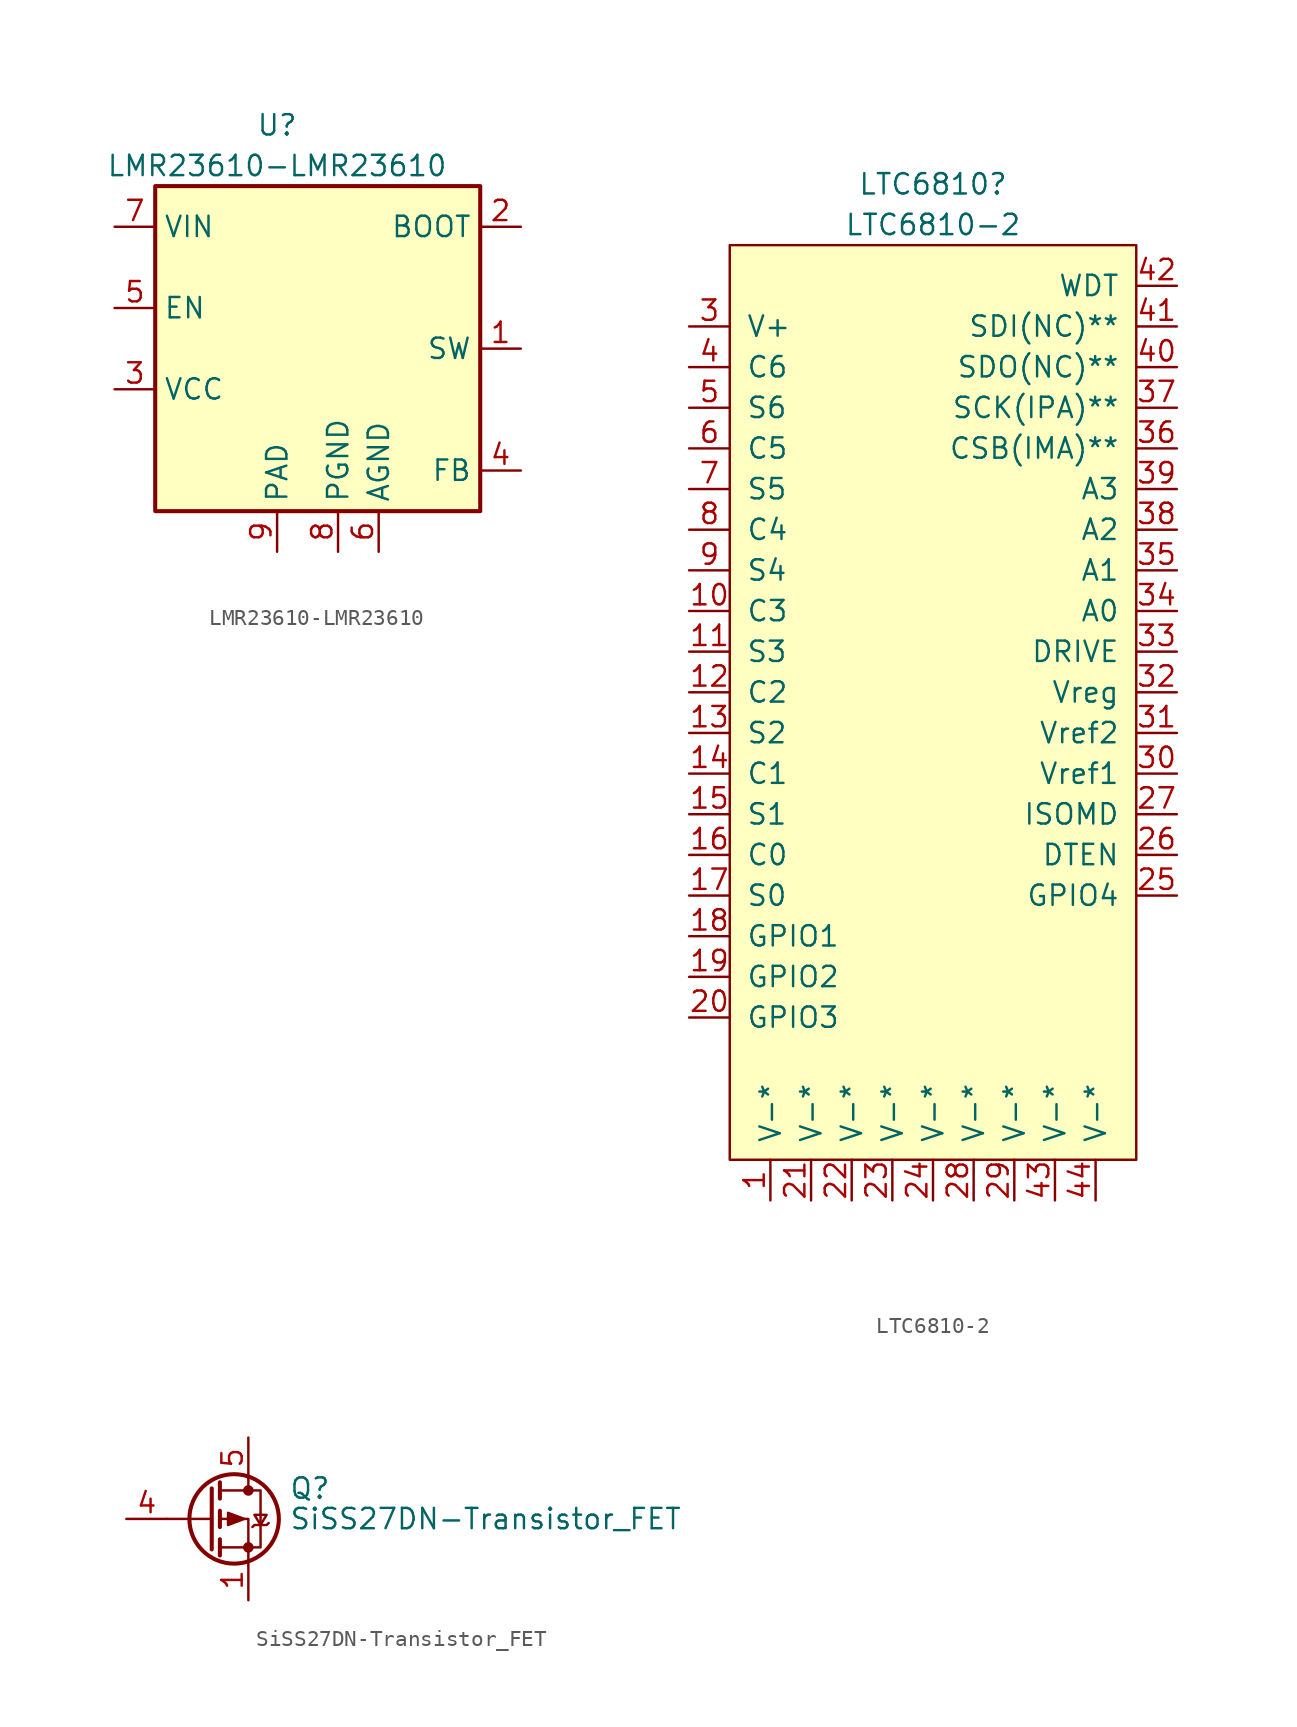
<source format=kicad_sym>
(kicad_symbol_lib
  (version 20231120)
  (generator "kicad_symbol_editor")
  (generator_version "8.0")
  (symbol "LMR23610-LMR23610"
    (property "Reference" "U"
      (at -2.54 11.43 0)
      (effects (font (size 1.27 1.27))))
    (property "Value" "LMR23610-LMR23610"
      (at -2.54 8.89 0)
      (effects (font (size 1.27 1.27))))
    (symbol "LMR23610-LMR23610_0_1"
      (rectangle (start -10.16 7.62) (end 10.16 -12.7) (stroke (width 0.254) (type solid)) (fill (type background))))
    (symbol "LMR23610-LMR23610_1_1"
      (pin output line (at 12.7 -2.54 180) (length 2.54) (name "SW" (effects (font (size 1.27 1.27)))) (number "1" (effects (font (size 1.27 1.27)))))
      (pin input line (at 12.7 5.08 180) (length 2.54) (name "BOOT" (effects (font (size 1.27 1.27)))) (number "2" (effects (font (size 1.27 1.27)))))
      (pin power_out line (at -12.7 -5.08 0) (length 2.54) (name "VCC" (effects (font (size 1.27 1.27)))) (number "3" (effects (font (size 1.27 1.27)))))
      (pin input line (at 12.7 -10.16 180) (length 2.54) (name "FB" (effects (font (size 1.27 1.27)))) (number "4" (effects (font (size 1.27 1.27)))))
      (pin input line (at -12.7 0 0) (length 2.54) (name "EN" (effects (font (size 1.27 1.27)))) (number "5" (effects (font (size 1.27 1.27)))))
      (pin power_in line (at 3.81 -15.24 90) (length 2.54) (name "AGND" (effects (font (size 1.27 1.27)))) (number "6" (effects (font (size 1.27 1.27)))))
      (pin power_in line (at -12.7 5.08 0) (length 2.54) (name "VIN" (effects (font (size 1.27 1.27)))) (number "7" (effects (font (size 1.27 1.27)))))
      (pin power_in line (at 1.27 -15.24 90) (length 2.54) (name "PGND" (effects (font (size 1.27 1.27)))) (number "8" (effects (font (size 1.27 1.27)))))
      (pin passive line (at -2.54 -15.24 90) (length 2.54) (name "PAD" (effects (font (size 1.27 1.27)))) (number "9" (effects (font (size 1.27 1.27)))))))
  (symbol "LTC6810-2"
    (pin_names
      (offset 1.016))
    (property "Reference" "LTC6810"
      (at -22.86 59.69 0)
      (effects (font (size 1.27 1.27))))
    (property "Value" "LTC6810-2"
      (at -22.86 57.15 0)
      (effects (font (size 1.27 1.27))))
    (symbol "LTC6810-2_0_1"
      (rectangle (start -35.56 55.88) (end -10.16 -1.27) (stroke (width 0) (type solid)) (fill (type background))))
    (symbol "LTC6810-2_1_1"
      (pin power_in line (at -33.02 -3.81 90) (length 2.54) (name "V-*" (effects (font (size 1.27 1.27)))) (number "1" (effects (font (size 1.27 1.27)))))
      (pin bidirectional line (at -38.1 33.02 0) (length 2.54) (name "C3" (effects (font (size 1.27 1.27)))) (number "10" (effects (font (size 1.27 1.27)))))
      (pin bidirectional line (at -38.1 30.48 0) (length 2.54) (name "S3" (effects (font (size 1.27 1.27)))) (number "11" (effects (font (size 1.27 1.27)))))
      (pin bidirectional line (at -38.1 27.94 0) (length 2.54) (name "C2" (effects (font (size 1.27 1.27)))) (number "12" (effects (font (size 1.27 1.27)))))
      (pin bidirectional line (at -38.1 25.4 0) (length 2.54) (name "S2" (effects (font (size 1.27 1.27)))) (number "13" (effects (font (size 1.27 1.27)))))
      (pin bidirectional line (at -38.1 22.86 0) (length 2.54) (name "C1" (effects (font (size 1.27 1.27)))) (number "14" (effects (font (size 1.27 1.27)))))
      (pin bidirectional line (at -38.1 20.32 0) (length 2.54) (name "S1" (effects (font (size 1.27 1.27)))) (number "15" (effects (font (size 1.27 1.27)))))
      (pin bidirectional line (at -38.1 17.78 0) (length 2.54) (name "C0" (effects (font (size 1.27 1.27)))) (number "16" (effects (font (size 1.27 1.27)))))
      (pin bidirectional line (at -38.1 15.24 0) (length 2.54) (name "S0" (effects (font (size 1.27 1.27)))) (number "17" (effects (font (size 1.27 1.27)))))
      (pin bidirectional line (at -38.1 12.7 0) (length 2.54) (name "GPIO1" (effects (font (size 1.27 1.27)))) (number "18" (effects (font (size 1.27 1.27)))))
      (pin bidirectional line (at -38.1 10.16 0) (length 2.54) (name "GPIO2" (effects (font (size 1.27 1.27)))) (number "19" (effects (font (size 1.27 1.27)))))
      (pin bidirectional line (at -38.1 53.34 0) (length 2.54) hide (name "NC" (effects (font (size 1.27 1.27)))) (number "2" (effects (font (size 1.27 1.27)))))
      (pin bidirectional line (at -38.1 7.62 0) (length 2.54) (name "GPIO3" (effects (font (size 1.27 1.27)))) (number "20" (effects (font (size 1.27 1.27)))))
      (pin power_in line (at -30.48 -3.81 90) (length 2.54) (name "V-*" (effects (font (size 1.27 1.27)))) (number "21" (effects (font (size 1.27 1.27)))))
      (pin power_in line (at -27.94 -3.81 90) (length 2.54) (name "V-*" (effects (font (size 1.27 1.27)))) (number "22" (effects (font (size 1.27 1.27)))))
      (pin power_in line (at -25.4 -3.81 90) (length 2.54) (name "V-*" (effects (font (size 1.27 1.27)))) (number "23" (effects (font (size 1.27 1.27)))))
      (pin power_in line (at -22.86 -3.81 90) (length 2.54) (name "V-*" (effects (font (size 1.27 1.27)))) (number "24" (effects (font (size 1.27 1.27)))))
      (pin bidirectional line (at -7.62 15.24 180) (length 2.54) (name "GPIO4" (effects (font (size 1.27 1.27)))) (number "25" (effects (font (size 1.27 1.27)))))
      (pin bidirectional line (at -7.62 17.78 180) (length 2.54) (name "DTEN" (effects (font (size 1.27 1.27)))) (number "26" (effects (font (size 1.27 1.27)))))
      (pin bidirectional line (at -7.62 20.32 180) (length 2.54) (name "ISOMD" (effects (font (size 1.27 1.27)))) (number "27" (effects (font (size 1.27 1.27)))))
      (pin power_in line (at -20.32 -3.81 90) (length 2.54) (name "V-*" (effects (font (size 1.27 1.27)))) (number "28" (effects (font (size 1.27 1.27)))))
      (pin power_in line (at -17.78 -3.81 90) (length 2.54) (name "V-*" (effects (font (size 1.27 1.27)))) (number "29" (effects (font (size 1.27 1.27)))))
      (pin power_in line (at -38.1 50.8 0) (length 2.54) (name "V+" (effects (font (size 1.27 1.27)))) (number "3" (effects (font (size 1.27 1.27)))))
      (pin bidirectional line (at -7.62 22.86 180) (length 2.54) (name "Vref1" (effects (font (size 1.27 1.27)))) (number "30" (effects (font (size 1.27 1.27)))))
      (pin bidirectional line (at -7.62 25.4 180) (length 2.54) (name "Vref2" (effects (font (size 1.27 1.27)))) (number "31" (effects (font (size 1.27 1.27)))))
      (pin bidirectional line (at -7.62 27.94 180) (length 2.54) (name "Vreg" (effects (font (size 1.27 1.27)))) (number "32" (effects (font (size 1.27 1.27)))))
      (pin bidirectional line (at -7.62 30.48 180) (length 2.54) (name "DRIVE" (effects (font (size 1.27 1.27)))) (number "33" (effects (font (size 1.27 1.27)))))
      (pin bidirectional line (at -7.62 33.02 180) (length 2.54) (name "A0" (effects (font (size 1.27 1.27)))) (number "34" (effects (font (size 1.27 1.27)))))
      (pin bidirectional line (at -7.62 35.56 180) (length 2.54) (name "A1" (effects (font (size 1.27 1.27)))) (number "35" (effects (font (size 1.27 1.27)))))
      (pin bidirectional line (at -7.62 43.18 180) (length 2.54) (name "CSB(IMA)**" (effects (font (size 1.27 1.27)))) (number "36" (effects (font (size 1.27 1.27)))))
      (pin bidirectional line (at -7.62 45.72 180) (length 2.54) (name "SCK(IPA)**" (effects (font (size 1.27 1.27)))) (number "37" (effects (font (size 1.27 1.27)))))
      (pin bidirectional line (at -7.62 38.1 180) (length 2.54) (name "A2" (effects (font (size 1.27 1.27)))) (number "38" (effects (font (size 1.27 1.27)))))
      (pin bidirectional line (at -7.62 40.64 180) (length 2.54) (name "A3" (effects (font (size 1.27 1.27)))) (number "39" (effects (font (size 1.27 1.27)))))
      (pin bidirectional line (at -38.1 48.26 0) (length 2.54) (name "C6" (effects (font (size 1.27 1.27)))) (number "4" (effects (font (size 1.27 1.27)))))
      (pin bidirectional line (at -7.62 48.26 180) (length 2.54) (name "SDO(NC)**" (effects (font (size 1.27 1.27)))) (number "40" (effects (font (size 1.27 1.27)))))
      (pin bidirectional line (at -7.62 50.8 180) (length 2.54) (name "SDI(NC)**" (effects (font (size 1.27 1.27)))) (number "41" (effects (font (size 1.27 1.27)))))
      (pin bidirectional line (at -7.62 53.34 180) (length 2.54) (name "WDT" (effects (font (size 1.27 1.27)))) (number "42" (effects (font (size 1.27 1.27)))))
      (pin power_in line (at -15.24 -3.81 90) (length 2.54) (name "V-*" (effects (font (size 1.27 1.27)))) (number "43" (effects (font (size 1.27 1.27)))))
      (pin power_in line (at -12.7 -3.81 90) (length 2.54) (name "V-*" (effects (font (size 1.27 1.27)))) (number "44" (effects (font (size 1.27 1.27)))))
      (pin bidirectional line (at -38.1 45.72 0) (length 2.54) (name "S6" (effects (font (size 1.27 1.27)))) (number "5" (effects (font (size 1.27 1.27)))))
      (pin bidirectional line (at -38.1 43.18 0) (length 2.54) (name "C5" (effects (font (size 1.27 1.27)))) (number "6" (effects (font (size 1.27 1.27)))))
      (pin bidirectional line (at -38.1 40.64 0) (length 2.54) (name "S5" (effects (font (size 1.27 1.27)))) (number "7" (effects (font (size 1.27 1.27)))))
      (pin bidirectional line (at -38.1 38.1 0) (length 2.54) (name "C4" (effects (font (size 1.27 1.27)))) (number "8" (effects (font (size 1.27 1.27)))))
      (pin bidirectional line (at -38.1 35.56 0) (length 2.54) (name "S4" (effects (font (size 1.27 1.27)))) (number "9" (effects (font (size 1.27 1.27)))))))
  (symbol "SiSS27DN-Transistor_FET"
    (pin_names hide)
    (property "Reference" "Q"
      (at 5.08 1.905 0)
      (effects (font (size 1.27 1.27)) (justify left)))
    (property "Value" "SiSS27DN-Transistor_FET"
      (at 5.08 0 0)
      (effects (font (size 1.27 1.27)) (justify left)))
    (symbol "SiSS27DN-Transistor_FET_0_1"
      (polyline (pts (xy 0.254 0) (xy -2.54 0)) (stroke (width 0) (type solid)) (fill (type none)))
      (polyline (pts (xy 0.254 1.905) (xy 0.254 -1.905)) (stroke (width 0.254) (type solid)) (fill (type none)))
      (polyline (pts (xy 0.762 -1.27) (xy 0.762 -2.286)) (stroke (width 0.254) (type solid)) (fill (type none)))
      (polyline (pts (xy 0.762 0.508) (xy 0.762 -0.508)) (stroke (width 0.254) (type solid)) (fill (type none)))
      (polyline (pts (xy 0.762 2.286) (xy 0.762 1.27)) (stroke (width 0.254) (type solid)) (fill (type none)))
      (polyline (pts (xy 2.54 2.54) (xy 2.54 1.778)) (stroke (width 0) (type solid)) (fill (type none)))
      (polyline (pts (xy 2.54 -2.54) (xy 2.54 0) (xy 0.762 0)) (stroke (width 0) (type solid)) (fill (type none)))
      (polyline (pts (xy 0.762 1.778) (xy 3.302 1.778) (xy 3.302 -1.778) (xy 0.762 -1.778)) (stroke (width 0) (type solid)) (fill (type none)))
      (polyline (pts (xy 2.286 0) (xy 1.27 0.381) (xy 1.27 -0.381) (xy 2.286 0)) (stroke (width 0) (type solid)) (fill (type outline)))
      (polyline (pts (xy 2.794 -0.508) (xy 2.921 -0.381) (xy 3.683 -0.381) (xy 3.81 -0.254)) (stroke (width 0) (type solid)) (fill (type none)))
      (polyline (pts (xy 3.302 -0.381) (xy 2.921 0.254) (xy 3.683 0.254) (xy 3.302 -0.381)) (stroke (width 0) (type solid)) (fill (type none)))
      (circle (center 1.651 0) (radius 2.794) (stroke (width 0.254) (type solid)) (fill (type none)))
      (circle (center 2.54 -1.778) (radius 0.254) (stroke (width 0) (type solid)) (fill (type outline)))
      (circle (center 2.54 1.778) (radius 0.254) (stroke (width 0) (type solid)) (fill (type outline))))
    (symbol "SiSS27DN-Transistor_FET_1_1"
      (pin passive line (at 2.54 -5.08 90) (length 2.54) (name "S" (effects (font (size 1.27 1.27)))) (number "1" (effects (font (size 1.27 1.27)))))
      (pin passive line (at 2.54 -5.08 90) (length 2.54) hide (name "S" (effects (font (size 1.27 1.27)))) (number "2" (effects (font (size 1.27 1.27)))))
      (pin passive line (at 2.54 -5.08 90) (length 2.54) hide (name "S" (effects (font (size 1.27 1.27)))) (number "3" (effects (font (size 1.27 1.27)))))
      (pin passive line (at -5.08 0 0) (length 2.54) (name "G" (effects (font (size 1.27 1.27)))) (number "4" (effects (font (size 1.27 1.27)))))
      (pin passive line (at 2.54 5.08 270) (length 2.54) (name "D" (effects (font (size 1.27 1.27)))) (number "5" (effects (font (size 1.27 1.27))))))))
</source>
